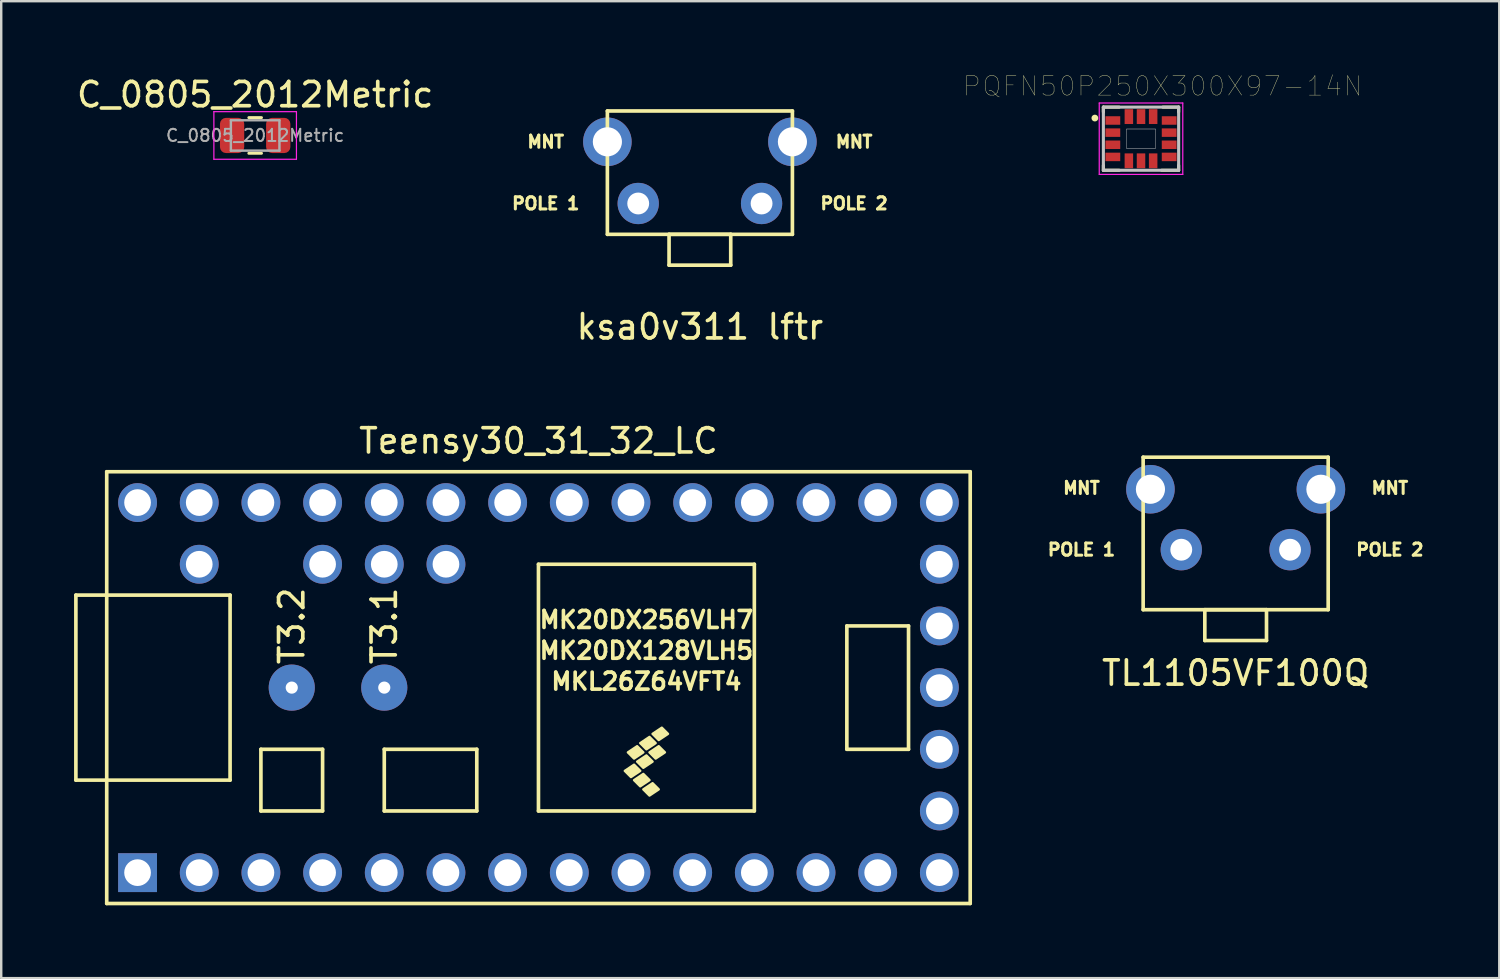
<source format=kicad_pcb>
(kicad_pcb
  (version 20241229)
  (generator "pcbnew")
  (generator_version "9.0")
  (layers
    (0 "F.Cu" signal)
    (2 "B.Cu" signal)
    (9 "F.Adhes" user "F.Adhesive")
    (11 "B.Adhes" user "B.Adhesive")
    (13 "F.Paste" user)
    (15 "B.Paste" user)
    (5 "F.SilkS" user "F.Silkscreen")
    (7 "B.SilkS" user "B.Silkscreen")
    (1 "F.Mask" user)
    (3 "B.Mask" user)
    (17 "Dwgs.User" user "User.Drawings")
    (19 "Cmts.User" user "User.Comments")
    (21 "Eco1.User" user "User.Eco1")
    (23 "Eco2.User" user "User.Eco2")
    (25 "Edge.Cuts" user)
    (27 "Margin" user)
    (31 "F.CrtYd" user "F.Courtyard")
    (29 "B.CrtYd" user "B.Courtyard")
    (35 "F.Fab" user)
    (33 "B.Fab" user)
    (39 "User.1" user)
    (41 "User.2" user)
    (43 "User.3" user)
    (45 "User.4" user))
  (footprint "C_0805_2012Metric"
    (layer "F.Cu")
    (at 7.458 2.528)
    (property "Reference" "C_0805_2012Metric" (at 0 -1.68 0) (layer "F.SilkS") (effects (font (size 1 1) (thickness 0.15))))
    (attr smd)
    (fp_line (start -0.261 -0.735) (end 0.261 -0.735) (stroke (width 0.12) (type solid)) (layer "F.SilkS"))
    (fp_line (start -0.261 0.735) (end 0.261 0.735) (stroke (width 0.12) (type solid)) (layer "F.SilkS"))
    (fp_line (start -1.7 -0.98) (end 1.7 -0.98) (stroke (width 0.05) (type solid)) (layer "F.CrtYd"))
    (fp_line (start -1.7 0.98) (end -1.7 -0.98) (stroke (width 0.05) (type solid)) (layer "F.CrtYd"))
    (fp_line (start 1.7 -0.98) (end 1.7 0.98) (stroke (width 0.05) (type solid)) (layer "F.CrtYd"))
    (fp_line (start 1.7 0.98) (end -1.7 0.98) (stroke (width 0.05) (type solid)) (layer "F.CrtYd"))
    (fp_line (start -1 -0.625) (end 1 -0.625) (stroke (width 0.1) (type solid)) (layer "F.Fab"))
    (fp_line (start -1 0.625) (end -1 -0.625) (stroke (width 0.1) (type solid)) (layer "F.Fab"))
    (fp_line (start 1 -0.625) (end 1 0.625) (stroke (width 0.1) (type solid)) (layer "F.Fab"))
    (fp_line (start 1 0.625) (end -1 0.625) (stroke (width 0.1) (type solid)) (layer "F.Fab"))
    (fp_text user "${REFERENCE}" (at 0 0 0) (layer "F.Fab") (effects (font (size 0.5 0.5) (thickness 0.08))))
    (pad "1" smd roundrect (at -0.95 0) (size 1 1.45) (layers "F.Cu" "F.Mask" "F.Paste") (roundrect_rratio 0.25))
    (pad "2" smd roundrect (at 0.95 0) (size 1 1.45) (layers "F.Cu" "F.Mask" "F.Paste") (roundrect_rratio 0.25)))
  (footprint "TL1105VF100Q"
    (layer "F.Cu")
    (at 47.837 14.508)
    (property "Reference" "TL1105VF100Q" (at 0 10.16 180) (layer "F.SilkS") (effects (font (size 1 1) (thickness 0.15))))
    (attr through_hole)
    (fp_line (start -3.81 1.27) (end 3.81 1.27) (stroke (width 0.15) (type solid)) (layer "F.SilkS"))
    (fp_line (start -3.81 7.55) (end -3.81 1.27) (stroke (width 0.15) (type solid)) (layer "F.SilkS"))
    (fp_line (start -1.27 7.55) (end -1.27 8.82) (stroke (width 0.15) (type solid)) (layer "F.SilkS"))
    (fp_line (start -1.27 8.82) (end 1.27 8.82) (stroke (width 0.15) (type solid)) (layer "F.SilkS"))
    (fp_line (start 1.27 7.55) (end -1.27 7.55) (stroke (width 0.15) (type solid)) (layer "F.SilkS"))
    (fp_line (start 1.27 8.82) (end 1.27 7.55) (stroke (width 0.15) (type solid)) (layer "F.SilkS"))
    (fp_line (start 3.81 1.27) (end 3.81 7.55) (stroke (width 0.15) (type solid)) (layer "F.SilkS"))
    (fp_line (start 3.81 7.55) (end -3.81 7.55) (stroke (width 0.15) (type solid)) (layer "F.SilkS"))
    (fp_text user "MNT" (at -6.35 2.54 180) (layer "F.SilkS") (effects (font (size 0.5 0.5) (thickness 0.125))))
    (fp_text user "POLE 2" (at 6.35 5.08 180) (layer "F.SilkS") (effects (font (size 0.5 0.5) (thickness 0.125))))
    (fp_text user "MNT" (at 6.35 2.54 180) (layer "F.SilkS") (effects (font (size 0.5 0.5) (thickness 0.125))))
    (fp_text user "POLE 1" (at -6.35 5.08 180) (layer "F.SilkS") (effects (font (size 0.5 0.5) (thickness 0.125))))
    (pad "1" thru_hole circle (at -2.24 5.08) (size 1.7 1.7) (drill 0.9) (layers "*.Cu" "*.Mask"))
    (pad "2" thru_hole circle (at 2.24 5.08) (size 1.7 1.7) (drill 0.9) (layers "*.Cu" "*.Mask"))
    (pad "3" thru_hole circle (at -3.51 2.59) (size 2 2) (drill 1.2) (layers "*.Cu" "*.Mask"))
    (pad "4" thru_hole circle (at 3.51 2.59) (size 2 2) (drill 1.2) (layers "*.Cu" "*.Mask")))
  (footprint "ksa0v311 lftr"
    (layer "F.Cu")
    (at 25.773 0.25)
    (property "Reference" "ksa0v311 lftr" (at 0 10.16 180) (layer "F.SilkS") (effects (font (size 1 1) (thickness 0.15))))
    (attr through_hole)
    (fp_line (start -3.81 1.27) (end 3.81 1.27) (stroke (width 0.15) (type solid)) (layer "F.SilkS"))
    (fp_line (start -3.81 6.35) (end -3.81 1.27) (stroke (width 0.15) (type solid)) (layer "F.SilkS"))
    (fp_line (start -1.27 6.35) (end -1.27 7.62) (stroke (width 0.15) (type solid)) (layer "F.SilkS"))
    (fp_line (start -1.27 7.62) (end 1.27 7.62) (stroke (width 0.15) (type solid)) (layer "F.SilkS"))
    (fp_line (start 1.27 6.35) (end -1.27 6.35) (stroke (width 0.15) (type solid)) (layer "F.SilkS"))
    (fp_line (start 1.27 7.62) (end 1.27 6.35) (stroke (width 0.15) (type solid)) (layer "F.SilkS"))
    (fp_line (start 3.81 1.27) (end 3.81 6.35) (stroke (width 0.15) (type solid)) (layer "F.SilkS"))
    (fp_line (start 3.81 6.35) (end -3.81 6.35) (stroke (width 0.15) (type solid)) (layer "F.SilkS"))
    (fp_text user "MNT" (at -6.35 2.54 180) (layer "F.SilkS") (effects (font (size 0.5 0.5) (thickness 0.125))))
    (fp_text user "POLE 2" (at 6.35 5.08 180) (layer "F.SilkS") (effects (font (size 0.5 0.5) (thickness 0.125))))
    (fp_text user "MNT" (at 6.35 2.54 180) (layer "F.SilkS") (effects (font (size 0.5 0.5) (thickness 0.125))))
    (fp_text user "POLE 1" (at -6.35 5.08 180) (layer "F.SilkS") (effects (font (size 0.5 0.5) (thickness 0.125))))
    (pad "1" thru_hole circle (at -2.54 5.08) (size 1.7 1.7) (drill 0.9) (layers "*.Cu" "*.Mask"))
    (pad "2" thru_hole circle (at 2.54 5.08) (size 1.7 1.7) (drill 0.9) (layers "*.Cu" "*.Mask"))
    (pad "3" thru_hole circle (at -3.81 2.54) (size 2 2) (drill 1.2) (layers "*.Cu" "*.Mask"))
    (pad "4" thru_hole circle (at 3.81 2.54) (size 2 2) (drill 1.2) (layers "*.Cu" "*.Mask")))
  (footprint "Teensy30_31_32_LC"
    (layer "F.Cu")
    (at 19.125 25.267)
    (property "Reference" "Teensy30_31_32_LC" (at 0 -10.16 180) (layer "F.SilkS") (effects (font (size 1 1) (thickness 0.15))))
    (attr through_hole)
    (fp_line (start -19.05 -3.81) (end -17.78 -3.81) (stroke (width 0.15) (type solid)) (layer "F.SilkS"))
    (fp_line (start -19.05 3.81) (end -19.05 -3.81) (stroke (width 0.15) (type solid)) (layer "F.SilkS"))
    (fp_line (start -17.78 -8.89) (end 17.78 -8.89) (stroke (width 0.15) (type solid)) (layer "F.SilkS"))
    (fp_line (start -17.78 3.81) (end -19.05 3.81) (stroke (width 0.15) (type solid)) (layer "F.SilkS"))
    (fp_line (start -17.78 8.89) (end -17.78 -8.89) (stroke (width 0.15) (type solid)) (layer "F.SilkS"))
    (fp_line (start -12.7 -3.81) (end -17.78 -3.81) (stroke (width 0.15) (type solid)) (layer "F.SilkS"))
    (fp_line (start -12.7 3.81) (end -17.78 3.81) (stroke (width 0.15) (type solid)) (layer "F.SilkS"))
    (fp_line (start -12.7 3.81) (end -12.7 -3.81) (stroke (width 0.15) (type solid)) (layer "F.SilkS"))
    (fp_line (start -11.43 2.54) (end -11.43 5.08) (stroke (width 0.15) (type solid)) (layer "F.SilkS"))
    (fp_line (start -11.43 5.08) (end -8.89 5.08) (stroke (width 0.15) (type solid)) (layer "F.SilkS"))
    (fp_line (start -8.89 2.54) (end -11.43 2.54) (stroke (width 0.15) (type solid)) (layer "F.SilkS"))
    (fp_line (start -8.89 5.08) (end -8.89 2.54) (stroke (width 0.15) (type solid)) (layer "F.SilkS"))
    (fp_line (start -6.35 2.54) (end -6.35 5.08) (stroke (width 0.15) (type solid)) (layer "F.SilkS"))
    (fp_line (start -6.35 5.08) (end -2.54 5.08) (stroke (width 0.15) (type solid)) (layer "F.SilkS"))
    (fp_line (start -2.54 2.54) (end -6.35 2.54) (stroke (width 0.15) (type solid)) (layer "F.SilkS"))
    (fp_line (start -2.54 5.08) (end -2.54 2.54) (stroke (width 0.15) (type solid)) (layer "F.SilkS"))
    (fp_line (start 0 -5.08) (end 0 5.08) (stroke (width 0.15) (type solid)) (layer "F.SilkS"))
    (fp_line (start 8.89 -5.08) (end 0 -5.08) (stroke (width 0.15) (type solid)) (layer "F.SilkS"))
    (fp_line (start 8.89 5.08) (end 0 5.08) (stroke (width 0.15) (type solid)) (layer "F.SilkS"))
    (fp_line (start 8.89 5.08) (end 8.89 -5.08) (stroke (width 0.15) (type solid)) (layer "F.SilkS"))
    (fp_line (start 12.7 -2.54) (end 15.24 -2.54) (stroke (width 0.15) (type solid)) (layer "F.SilkS"))
    (fp_line (start 12.7 2.54) (end 12.7 -2.54) (stroke (width 0.15) (type solid)) (layer "F.SilkS"))
    (fp_line (start 15.24 -2.54) (end 15.24 2.54) (stroke (width 0.15) (type solid)) (layer "F.SilkS"))
    (fp_line (start 15.24 2.54) (end 12.7 2.54) (stroke (width 0.15) (type solid)) (layer "F.SilkS"))
    (fp_line (start 17.78 -8.89) (end 17.78 8.89) (stroke (width 0.15) (type solid)) (layer "F.SilkS"))
    (fp_line (start 17.78 8.89) (end -17.78 8.89) (stroke (width 0.15) (type solid)) (layer "F.SilkS"))
    (fp_poly (pts (xy 3.81 3.683) (xy 3.556 3.429) (xy 3.937 3.175) (xy 4.191 3.429)) (stroke (width 0.1) (type solid)) (fill yes) (layer "F.SilkS"))
    (fp_poly (pts (xy 3.937 2.921) (xy 3.683 2.667) (xy 4.064 2.413) (xy 4.318 2.667)) (stroke (width 0.1) (type solid)) (fill yes) (layer "F.SilkS"))
    (fp_poly (pts (xy 4.191 4.064) (xy 3.937 3.81) (xy 4.318 3.556) (xy 4.572 3.81)) (stroke (width 0.1) (type solid)) (fill yes) (layer "F.SilkS"))
    (fp_poly (pts (xy 4.318 3.302) (xy 4.064 3.048) (xy 4.445 2.794) (xy 4.699 3.048)) (stroke (width 0.1) (type solid)) (fill yes) (layer "F.SilkS"))
    (fp_poly (pts (xy 4.445 2.54) (xy 4.191 2.286) (xy 4.572 2.032) (xy 4.826 2.286)) (stroke (width 0.1) (type solid)) (fill yes) (layer "F.SilkS"))
    (fp_poly (pts (xy 4.572 4.445) (xy 4.318 4.191) (xy 4.699 3.937) (xy 4.953 4.191)) (stroke (width 0.1) (type solid)) (fill yes) (layer "F.SilkS"))
    (fp_poly (pts (xy 4.826 2.921) (xy 4.572 2.667) (xy 4.953 2.413) (xy 5.207 2.667)) (stroke (width 0.1) (type solid)) (fill yes) (layer "F.SilkS"))
    (fp_poly (pts (xy 4.953 2.159) (xy 4.699 1.905) (xy 5.08 1.651) (xy 5.334 1.905)) (stroke (width 0.1) (type solid)) (fill yes) (layer "F.SilkS"))
    (fp_text user "T3.1" (at -6.35 -2.54 90) (layer "F.SilkS") (effects (font (size 1 1) (thickness 0.15))))
    (fp_text user "T3.2" (at -10.16 -2.54 90) (layer "F.SilkS") (effects (font (size 1 1) (thickness 0.15))))
    (fp_text user "MKL26Z64VFT4" (at 4.445 -0.254 180) (layer "F.SilkS") (effects (font (size 0.7 0.7) (thickness 0.15))))
    (fp_text user "MK20DX128VLH5" (at 4.445 -1.524 180) (layer "F.SilkS") (effects (font (size 0.7 0.7) (thickness 0.15))))
    (fp_text user "MK20DX256VLH7" (at 4.445 -2.794 180) (layer "F.SilkS") (effects (font (size 0.7 0.7) (thickness 0.15))))
    (pad "1" thru_hole rect (at -16.51 7.62) (size 1.6 1.6) (drill 1.1) (layers "*.Cu" "*.Mask"))
    (pad "2" thru_hole circle (at -13.97 7.62) (size 1.6 1.6) (drill 1.1) (layers "*.Cu" "*.Mask"))
    (pad "3" thru_hole circle (at -11.43 7.62) (size 1.6 1.6) (drill 1.1) (layers "*.Cu" "*.Mask"))
    (pad "4" thru_hole circle (at -8.89 7.62) (size 1.6 1.6) (drill 1.1) (layers "*.Cu" "*.Mask"))
    (pad "5" thru_hole circle (at -6.35 7.62) (size 1.6 1.6) (drill 1.1) (layers "*.Cu" "*.Mask"))
    (pad "6" thru_hole circle (at -3.81 7.62) (size 1.6 1.6) (drill 1.1) (layers "*.Cu" "*.Mask"))
    (pad "7" thru_hole circle (at -1.27 7.62) (size 1.6 1.6) (drill 1.1) (layers "*.Cu" "*.Mask"))
    (pad "8" thru_hole circle (at 1.27 7.62) (size 1.6 1.6) (drill 1.1) (layers "*.Cu" "*.Mask"))
    (pad "9" thru_hole circle (at 3.81 7.62) (size 1.6 1.6) (drill 1.1) (layers "*.Cu" "*.Mask"))
    (pad "10" thru_hole circle (at 6.35 7.62) (size 1.6 1.6) (drill 1.1) (layers "*.Cu" "*.Mask"))
    (pad "11" thru_hole circle (at 8.89 7.62) (size 1.6 1.6) (drill 1.1) (layers "*.Cu" "*.Mask"))
    (pad "12" thru_hole circle (at 11.43 7.62) (size 1.6 1.6) (drill 1.1) (layers "*.Cu" "*.Mask"))
    (pad "13" thru_hole circle (at 13.97 7.62) (size 1.6 1.6) (drill 1.1) (layers "*.Cu" "*.Mask"))
    (pad "14" thru_hole circle (at 16.51 7.62) (size 1.6 1.6) (drill 1.1) (layers "*.Cu" "*.Mask"))
    (pad "15" thru_hole circle (at 16.51 5.08) (size 1.6 1.6) (drill 1.1) (layers "*.Cu" "*.Mask"))
    (pad "16" thru_hole circle (at 16.51 2.54) (size 1.6 1.6) (drill 1.1) (layers "*.Cu" "*.Mask"))
    (pad "17" thru_hole circle (at 16.51 0) (size 1.6 1.6) (drill 1.1) (layers "*.Cu" "*.Mask"))
    (pad "18" thru_hole circle (at 16.51 -2.54) (size 1.6 1.6) (drill 1.1) (layers "*.Cu" "*.Mask"))
    (pad "19" thru_hole circle (at 16.51 -5.08) (size 1.6 1.6) (drill 1.1) (layers "*.Cu" "*.Mask"))
    (pad "20" thru_hole circle (at 16.51 -7.62) (size 1.6 1.6) (drill 1.1) (layers "*.Cu" "*.Mask"))
    (pad "21" thru_hole circle (at 13.97 -7.62) (size 1.6 1.6) (drill 1.1) (layers "*.Cu" "*.Mask"))
    (pad "22" thru_hole circle (at 11.43 -7.62) (size 1.6 1.6) (drill 1.1) (layers "*.Cu" "*.Mask"))
    (pad "23" thru_hole circle (at 8.89 -7.62) (size 1.6 1.6) (drill 1.1) (layers "*.Cu" "*.Mask"))
    (pad "24" thru_hole circle (at 6.35 -7.62) (size 1.6 1.6) (drill 1.1) (layers "*.Cu" "*.Mask"))
    (pad "25" thru_hole circle (at 3.81 -7.62) (size 1.6 1.6) (drill 1.1) (layers "*.Cu" "*.Mask"))
    (pad "26" thru_hole circle (at 1.27 -7.62) (size 1.6 1.6) (drill 1.1) (layers "*.Cu" "*.Mask"))
    (pad "27" thru_hole circle (at -1.27 -7.62) (size 1.6 1.6) (drill 1.1) (layers "*.Cu" "*.Mask"))
    (pad "28" thru_hole circle (at -3.81 -7.62) (size 1.6 1.6) (drill 1.1) (layers "*.Cu" "*.Mask"))
    (pad "29" thru_hole circle (at -6.35 -7.62) (size 1.6 1.6) (drill 1.1) (layers "*.Cu" "*.Mask"))
    (pad "30" thru_hole circle (at -8.89 -7.62) (size 1.6 1.6) (drill 1.1) (layers "*.Cu" "*.Mask"))
    (pad "31" thru_hole circle (at -11.43 -7.62) (size 1.6 1.6) (drill 1.1) (layers "*.Cu" "*.Mask"))
    (pad "32" thru_hole circle (at -13.97 -7.62) (size 1.6 1.6) (drill 1.1) (layers "*.Cu" "*.Mask"))
    (pad "33" thru_hole circle (at -16.51 -7.62) (size 1.6 1.6) (drill 1.1) (layers "*.Cu" "*.Mask"))
    (pad "34" thru_hole circle (at -13.97 -5.08) (size 1.6 1.6) (drill 1.1) (layers "*.Cu" "*.Mask"))
    (pad "35" thru_hole circle (at -8.89 -5.08) (size 1.6 1.6) (drill 1.1) (layers "*.Cu" "*.Mask"))
    (pad "36" thru_hole circle (at -6.35 -5.08) (size 1.6 1.6) (drill 1.1) (layers "*.Cu" "*.Mask"))
    (pad "37" thru_hole circle (at -3.81 -5.08) (size 1.6 1.6) (drill 1.1) (layers "*.Cu" "*.Mask"))
    (pad "52" thru_hole circle (at -10.16 0) (size 1.9 1.9) (drill 0.5) (layers "*.Cu" "*.Mask"))
    (pad "52" thru_hole circle (at -6.35 0) (size 1.9 1.9) (drill 0.5) (layers "*.Cu" "*.Mask")))
  (footprint "PQFN50P250X300X97-14N"
    (layer "F.Cu")
    (at 43.939 2.662)
    (property "Reference" "PQFN50P250X300X97-14N" (at 0.893 -2.166 0) (layer "F.SilkS") (effects (font (size 0.803 0.803) (thickness 0.015))))
    (attr through_hole)
    (fp_line (start -1.55 -1.3) (end -0.9 -1.3) (stroke (width 0.127) (type solid)) (layer "F.SilkS"))
    (fp_line (start -1.55 -1.1) (end -1.55 -1.3) (stroke (width 0.127) (type solid)) (layer "F.SilkS"))
    (fp_line (start -1.55 1.1) (end -1.55 1.3) (stroke (width 0.127) (type solid)) (layer "F.SilkS"))
    (fp_line (start -1.55 1.3) (end -0.9 1.3) (stroke (width 0.127) (type solid)) (layer "F.SilkS"))
    (fp_line (start 0.85 1.3) (end 1.55 1.3) (stroke (width 0.127) (type solid)) (layer "F.SilkS"))
    (fp_line (start 0.9 -1.3) (end 1.55 -1.3) (stroke (width 0.127) (type solid)) (layer "F.SilkS"))
    (fp_line (start 1.55 -1.3) (end 1.55 -1.1) (stroke (width 0.127) (type solid)) (layer "F.SilkS"))
    (fp_line (start 1.55 1.3) (end 1.55 1.1) (stroke (width 0.127) (type solid)) (layer "F.SilkS"))
    (fp_circle (center -1.9 -0.85) (end -1.83 -0.85) (stroke (width 0.14) (type solid)) (fill no) (layer "F.SilkS"))
    (fp_line (start -1.55 -1.3) (end 1.55 -1.3) (stroke (width 0.127) (type solid)) (layer "Dwgs.User"))
    (fp_line (start -1.55 1.3) (end -1.55 -1.3) (stroke (width 0.127) (type solid)) (layer "Dwgs.User"))
    (fp_line (start 1.55 -1.3) (end 1.55 1.3) (stroke (width 0.127) (type solid)) (layer "Dwgs.User"))
    (fp_line (start 1.55 1.3) (end -1.55 1.3) (stroke (width 0.127) (type solid)) (layer "Dwgs.User"))
    (fp_poly (pts (xy -0.6 -0.4) (xy 0.6 -0.4) (xy 0.6 0.4) (xy -0.6 0.4)) (stroke (width 0.01) (type solid)) (fill no) (layer "Dwgs.User"))
    (fp_poly (pts (xy -0.6 -0.4) (xy 0.6 -0.4) (xy 0.6 0.4) (xy -0.6 0.4)) (stroke (width 0.01) (type solid)) (fill no) (layer "Dwgs.User"))
    (fp_line (start -1.72 -1.47) (end -1.72 1.47) (stroke (width 0.05) (type solid)) (layer "F.CrtYd"))
    (fp_line (start -1.72 1.47) (end 1.72 1.47) (stroke (width 0.05) (type solid)) (layer "F.CrtYd"))
    (fp_line (start 1.72 -1.47) (end -1.72 -1.47) (stroke (width 0.05) (type solid)) (layer "F.CrtYd"))
    (fp_line (start 1.72 1.47) (end 1.72 -1.47) (stroke (width 0.05) (type solid)) (layer "F.CrtYd"))
    (pad "1" smd rect (at -1.16 -0.75) (size 0.61 0.35) (layers "F.Cu" "F.Mask" "F.Paste"))
    (pad "2" smd rect (at -1.16 -0.25) (size 0.61 0.35) (layers "F.Cu" "F.Mask" "F.Paste"))
    (pad "3" smd rect (at -1.16 0.25) (size 0.61 0.35) (layers "F.Cu" "F.Mask" "F.Paste"))
    (pad "4" smd rect (at -1.16 0.75) (size 0.61 0.35) (layers "F.Cu" "F.Mask" "F.Paste"))
    (pad "5" smd rect (at -0.5 0.91) (size 0.35 0.61) (layers "F.Cu" "F.Mask" "F.Paste"))
    (pad "6" smd rect (at 0 0.91) (size 0.35 0.61) (layers "F.Cu" "F.Mask" "F.Paste"))
    (pad "7" smd rect (at 0.5 0.91) (size 0.35 0.61) (layers "F.Cu" "F.Mask" "F.Paste"))
    (pad "8" smd rect (at 1.16 0.75) (size 0.61 0.35) (layers "F.Cu" "F.Mask" "F.Paste"))
    (pad "9" smd rect (at 1.16 0.25) (size 0.61 0.35) (layers "F.Cu" "F.Mask" "F.Paste"))
    (pad "10" smd rect (at 1.16 -0.25) (size 0.61 0.35) (layers "F.Cu" "F.Mask" "F.Paste"))
    (pad "11" smd rect (at 1.16 -0.75) (size 0.61 0.35) (layers "F.Cu" "F.Mask" "F.Paste"))
    (pad "12" smd rect (at 0.5 -0.91) (size 0.35 0.61) (layers "F.Cu" "F.Mask" "F.Paste"))
    (pad "13" smd rect (at 0 -0.91) (size 0.35 0.61) (layers "F.Cu" "F.Mask" "F.Paste"))
    (pad "14" smd rect (at -0.5 -0.91) (size 0.35 0.61) (layers "F.Cu" "F.Mask" "F.Paste")))
  (gr_rect
    (start -3 -3)
    (end 58.693 37.231)
    (stroke (width 0.1) (type default))
    (fill no)
    (layer "Edge.Cuts")))
</source>
